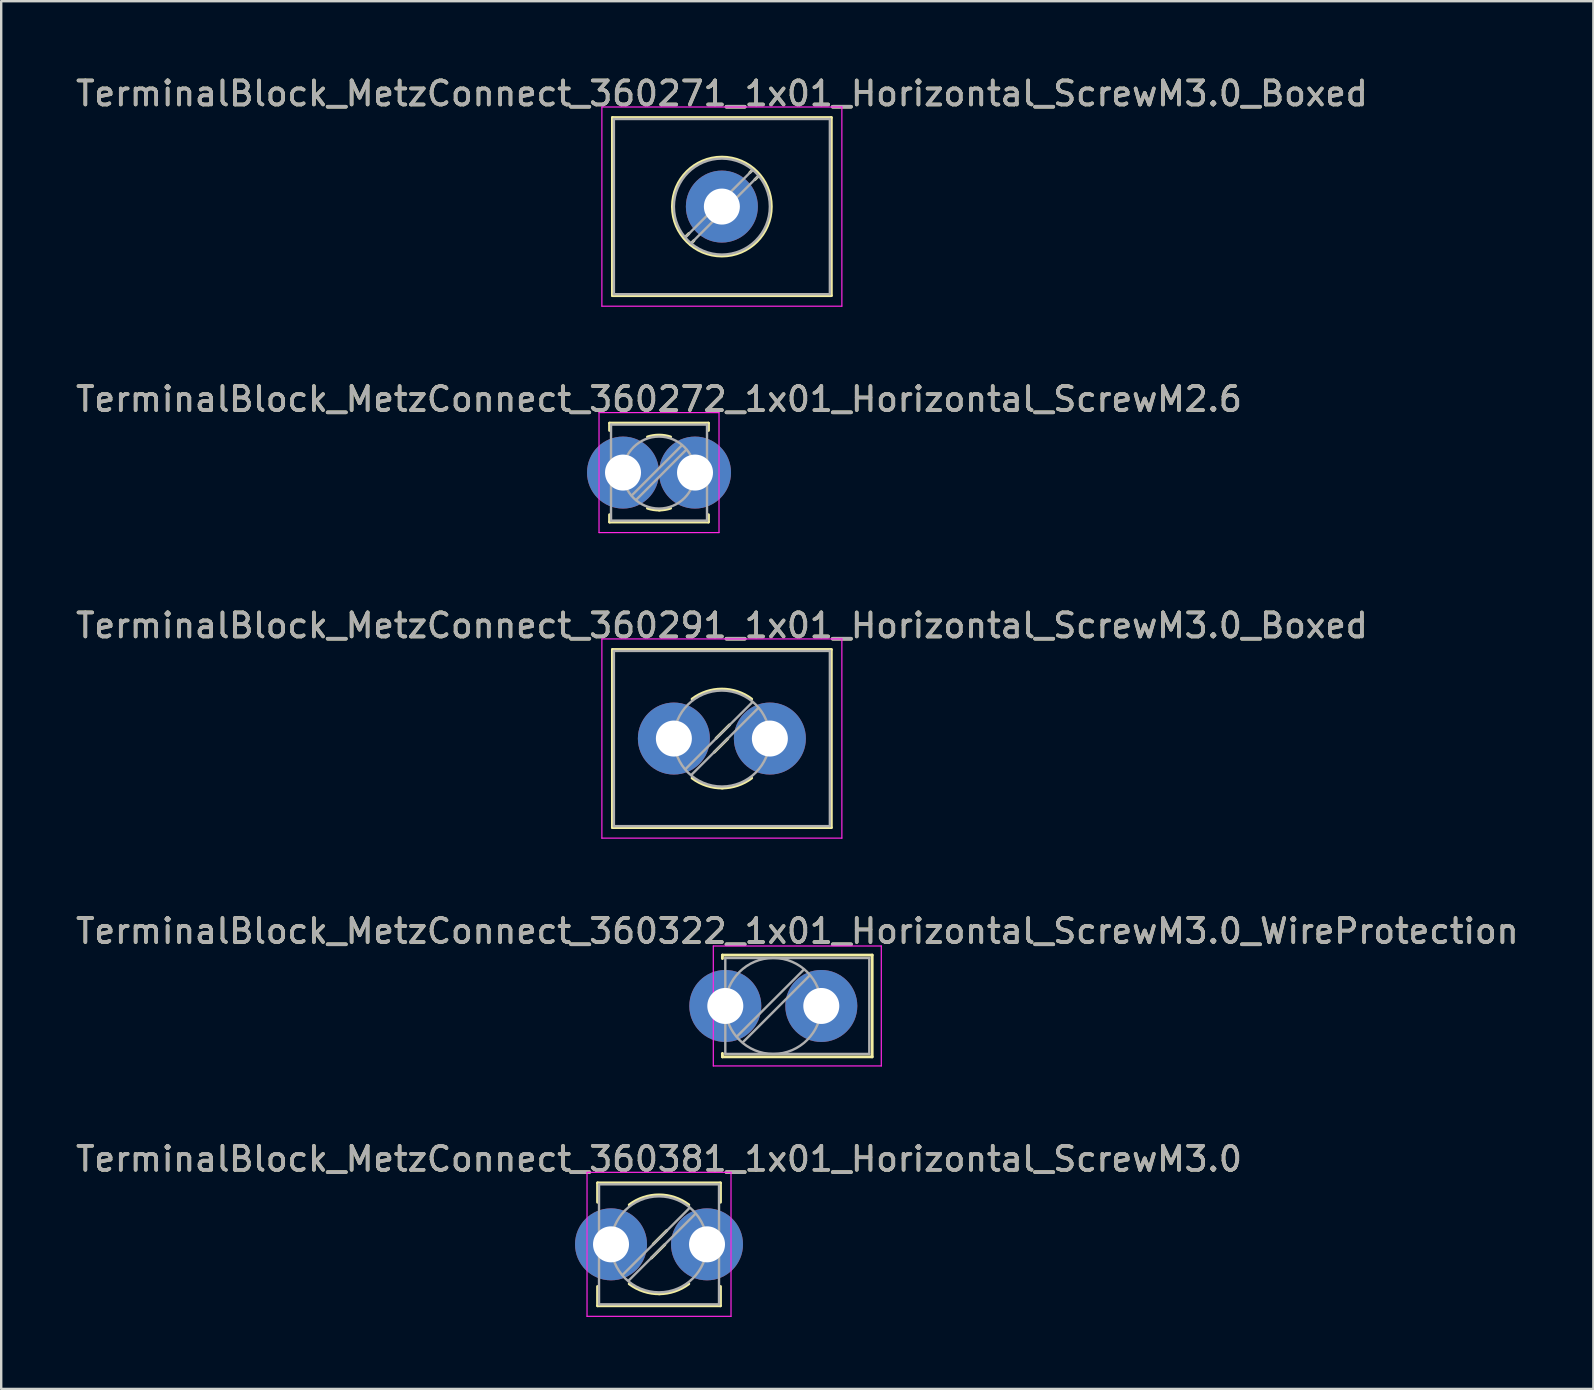
<source format=kicad_pcb>
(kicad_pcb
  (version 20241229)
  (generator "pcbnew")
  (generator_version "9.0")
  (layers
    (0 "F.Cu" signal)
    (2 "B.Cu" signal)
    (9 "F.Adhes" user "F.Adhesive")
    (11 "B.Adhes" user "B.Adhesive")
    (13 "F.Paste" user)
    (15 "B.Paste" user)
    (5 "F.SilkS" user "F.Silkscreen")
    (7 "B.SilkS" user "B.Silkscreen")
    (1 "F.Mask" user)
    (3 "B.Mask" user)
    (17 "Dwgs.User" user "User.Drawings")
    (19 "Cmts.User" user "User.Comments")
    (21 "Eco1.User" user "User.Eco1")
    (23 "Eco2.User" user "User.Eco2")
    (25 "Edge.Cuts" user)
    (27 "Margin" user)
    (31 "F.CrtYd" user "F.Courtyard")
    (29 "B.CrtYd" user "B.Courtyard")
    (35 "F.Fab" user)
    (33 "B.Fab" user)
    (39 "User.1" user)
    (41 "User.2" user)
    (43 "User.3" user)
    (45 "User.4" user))
  (footprint "TerminalBlock_MetzConnect_360322_1x01_Horizontal_ScrewM3.0_WireProtection"
    (layer "F.Cu")
    (at 27.173 38.868)
    (property "Reference" "TerminalBlock_MetzConnect_360322_1x01_Horizontal_ScrewM3.0_WireProtection" (at 3 -3.12 0) (layer "F.SilkS") (effects (font (size 1 1) (thickness 0.15))))
    (attr through_hole)
    (fp_line (start -0.12 -2.12) (end -0.12 -1.976) (stroke (width 0.12) (type solid)) (layer "F.SilkS"))
    (fp_line (start -0.12 -2.12) (end 6.12 -2.12) (stroke (width 0.12) (type solid)) (layer "F.SilkS"))
    (fp_line (start -0.12 1.976) (end -0.12 2.12) (stroke (width 0.12) (type solid)) (layer "F.SilkS"))
    (fp_line (start -0.12 2.12) (end 6.12 2.12) (stroke (width 0.12) (type solid)) (layer "F.SilkS"))
    (fp_line (start 6.12 -2.12) (end 6.12 2.12) (stroke (width 0.12) (type solid)) (layer "F.SilkS"))
    (fp_line (start -0.5 -2.5) (end -0.5 2.5) (stroke (width 0.05) (type solid)) (layer "F.CrtYd"))
    (fp_line (start -0.5 2.5) (end 6.5 2.5) (stroke (width 0.05) (type solid)) (layer "F.CrtYd"))
    (fp_line (start 6.5 -2.5) (end -0.5 -2.5) (stroke (width 0.05) (type solid)) (layer "F.CrtYd"))
    (fp_line (start 6.5 2.5) (end 6.5 -2.5) (stroke (width 0.05) (type solid)) (layer "F.CrtYd"))
    (fp_line (start 0 -2) (end 0 2) (stroke (width 0.1) (type solid)) (layer "F.Fab"))
    (fp_line (start 0 -2) (end 6 -2) (stroke (width 0.1) (type solid)) (layer "F.Fab"))
    (fp_line (start 0 2) (end 6 2) (stroke (width 0.1) (type solid)) (layer "F.Fab"))
    (fp_line (start 3.273 -1.517) (end 0.483 1.272) (stroke (width 0.1) (type solid)) (layer "F.Fab"))
    (fp_line (start 3.517 -1.273) (end 0.727 1.517) (stroke (width 0.1) (type solid)) (layer "F.Fab"))
    (fp_line (start 6 -2) (end 6 2) (stroke (width 0.1) (type solid)) (layer "F.Fab"))
    (fp_circle (center 2 0) (end 4 0) (stroke (width 0.1) (type solid)) (fill no) (layer "F.Fab"))
    (fp_text user "${REFERENCE}" (at 3 -3.12 0) (layer "F.Fab") (effects (font (size 1 1) (thickness 0.15))))
    (pad "1" thru_hole circle (at 0 0) (size 3 3) (drill 1.5) (layers "*.Cu" "*.Mask"))
    (pad "1" thru_hole circle (at 4 0) (size 3 3) (drill 1.5) (layers "*.Cu" "*.Mask")))
  (footprint "TerminalBlock_MetzConnect_360272_1x01_Horizontal_ScrewM2.6"
    (layer "F.Cu")
    (at 22.911 16.642)
    (property "Reference" "TerminalBlock_MetzConnect_360272_1x01_Horizontal_ScrewM2.6" (at 1.5 -3.06 0) (layer "F.SilkS") (effects (font (size 1 1) (thickness 0.15))))
    (attr through_hole)
    (fp_line (start -0.56 -2.06) (end -0.56 -1.755) (stroke (width 0.12) (type solid)) (layer "F.SilkS"))
    (fp_line (start -0.56 -2.06) (end 3.56 -2.06) (stroke (width 0.12) (type solid)) (layer "F.SilkS"))
    (fp_line (start -0.56 1.755) (end -0.56 2.06) (stroke (width 0.12) (type solid)) (layer "F.SilkS"))
    (fp_line (start -0.56 2.06) (end 3.56 2.06) (stroke (width 0.12) (type solid)) (layer "F.SilkS"))
    (fp_line (start 3.56 -2.06) (end 3.56 -1.755) (stroke (width 0.12) (type solid)) (layer "F.SilkS"))
    (fp_line (start 3.56 1.755) (end 3.56 2.06) (stroke (width 0.12) (type solid)) (layer "F.SilkS"))
    (fp_arc (start 1.018482 -1.484481) (mid 1.500779 -1.560623) (end 1.983 -1.484) (stroke (width 0.12) (type solid)) (layer "F.SilkS"))
    (fp_arc (start 1.526458 1.560399) (mid 1.268555 1.543366) (end 1.017 1.484) (stroke (width 0.12) (type solid)) (layer "F.SilkS"))
    (fp_arc (start 1.982067 1.483648) (mid 1.744038 1.540794) (end 1.5 1.56) (stroke (width 0.12) (type solid)) (layer "F.SilkS"))
    (fp_line (start -1 -2.5) (end -1 2.5) (stroke (width 0.05) (type solid)) (layer "F.CrtYd"))
    (fp_line (start -1 2.5) (end 4 2.5) (stroke (width 0.05) (type solid)) (layer "F.CrtYd"))
    (fp_line (start 4 -2.5) (end -1 -2.5) (stroke (width 0.05) (type solid)) (layer "F.CrtYd"))
    (fp_line (start 4 2.5) (end 4 -2.5) (stroke (width 0.05) (type solid)) (layer "F.CrtYd"))
    (fp_line (start -0.5 -2) (end -0.5 2) (stroke (width 0.1) (type solid)) (layer "F.Fab"))
    (fp_line (start -0.5 -2) (end 3.5 -2) (stroke (width 0.1) (type solid)) (layer "F.Fab"))
    (fp_line (start -0.5 2) (end 3.5 2) (stroke (width 0.1) (type solid)) (layer "F.Fab"))
    (fp_line (start 2.455 -1.138) (end 0.362 0.955) (stroke (width 0.1) (type solid)) (layer "F.Fab"))
    (fp_line (start 2.638 -0.955) (end 0.545 1.138) (stroke (width 0.1) (type solid)) (layer "F.Fab"))
    (fp_line (start 3.5 -2) (end 3.5 2) (stroke (width 0.1) (type solid)) (layer "F.Fab"))
    (fp_circle (center 1.5 0) (end 3 0) (stroke (width 0.1) (type solid)) (fill no) (layer "F.Fab"))
    (fp_text user "${REFERENCE}" (at 1.5 -3.06 0) (layer "F.Fab") (effects (font (size 1 1) (thickness 0.15))))
    (pad "1" thru_hole circle (at 0 0) (size 3 3) (drill 1.5) (layers "*.Cu" "*.Mask"))
    (pad "1" thru_hole circle (at 3 0) (size 3 3) (drill 1.5) (layers "*.Cu" "*.Mask")))
  (footprint "TerminalBlock_MetzConnect_360271_1x01_Horizontal_ScrewM3.0_Boxed"
    (layer "F.Cu")
    (at 27.03 5.558)
    (property "Reference" "TerminalBlock_MetzConnect_360271_1x01_Horizontal_ScrewM3.0_Boxed" (at 0 -4.71 0) (layer "F.SilkS") (effects (font (size 1 1) (thickness 0.15))))
    (attr through_hole)
    (fp_line (start -4.56 -3.71) (end -4.56 3.71) (stroke (width 0.12) (type solid)) (layer "F.SilkS"))
    (fp_line (start -4.56 -3.71) (end 4.56 -3.71) (stroke (width 0.12) (type solid)) (layer "F.SilkS"))
    (fp_line (start -4.56 3.71) (end 4.56 3.71) (stroke (width 0.12) (type solid)) (layer "F.SilkS"))
    (fp_line (start -1.376 1.124) (end -1.563 1.311) (stroke (width 0.12) (type solid)) (layer "F.SilkS"))
    (fp_line (start -1.168 1.419) (end -1.312 1.563) (stroke (width 0.12) (type solid)) (layer "F.SilkS"))
    (fp_line (start 1.312 -1.563) (end 1.168 -1.419) (stroke (width 0.12) (type solid)) (layer "F.SilkS"))
    (fp_line (start 1.563 -1.311) (end 1.376 -1.125) (stroke (width 0.12) (type solid)) (layer "F.SilkS"))
    (fp_line (start 4.56 -3.71) (end 4.56 3.71) (stroke (width 0.12) (type solid)) (layer "F.SilkS"))
    (fp_circle (center 0 0) (end 2.06 0) (stroke (width 0.12) (type solid)) (fill no) (layer "F.SilkS"))
    (fp_line (start -5 -4.15) (end -5 4.15) (stroke (width 0.05) (type solid)) (layer "F.CrtYd"))
    (fp_line (start -5 4.15) (end 5 4.15) (stroke (width 0.05) (type solid)) (layer "F.CrtYd"))
    (fp_line (start 5 -4.15) (end -5 -4.15) (stroke (width 0.05) (type solid)) (layer "F.CrtYd"))
    (fp_line (start 5 4.15) (end 5 -4.15) (stroke (width 0.05) (type solid)) (layer "F.CrtYd"))
    (fp_line (start -4.5 -3.65) (end -4.5 3.65) (stroke (width 0.1) (type solid)) (layer "F.Fab"))
    (fp_line (start -4.5 -3.65) (end 4.5 -3.65) (stroke (width 0.1) (type solid)) (layer "F.Fab"))
    (fp_line (start -4.5 3.65) (end 4.5 3.65) (stroke (width 0.1) (type solid)) (layer "F.Fab"))
    (fp_line (start 1.273 -1.517) (end -1.517 1.273) (stroke (width 0.1) (type solid)) (layer "F.Fab"))
    (fp_line (start 1.517 -1.273) (end -1.273 1.517) (stroke (width 0.1) (type solid)) (layer "F.Fab"))
    (fp_line (start 4.5 -3.65) (end 4.5 3.65) (stroke (width 0.1) (type solid)) (layer "F.Fab"))
    (fp_circle (center 0 0) (end 2 0) (stroke (width 0.1) (type solid)) (fill no) (layer "F.Fab"))
    (fp_text user "${REFERENCE}" (at 0 -4.71 0) (layer "F.Fab") (effects (font (size 1 1) (thickness 0.15))))
    (pad "1" thru_hole circle (at 0 0) (size 3 3) (drill 1.5) (layers "*.Cu" "*.Mask")))
  (footprint "TerminalBlock_MetzConnect_360381_1x01_Horizontal_ScrewM3.0"
    (layer "F.Cu")
    (at 22.411 48.801)
    (property "Reference" "TerminalBlock_MetzConnect_360381_1x01_Horizontal_ScrewM3.0" (at 2 -3.56 0) (layer "F.SilkS") (effects (font (size 1 1) (thickness 0.15))))
    (attr through_hole)
    (fp_line (start -0.56 -2.56) (end -0.56 -1.755) (stroke (width 0.12) (type solid)) (layer "F.SilkS"))
    (fp_line (start -0.56 -2.56) (end 4.56 -2.56) (stroke (width 0.12) (type solid)) (layer "F.SilkS"))
    (fp_line (start -0.56 1.755) (end -0.56 2.56) (stroke (width 0.12) (type solid)) (layer "F.SilkS"))
    (fp_line (start -0.56 2.56) (end 4.56 2.56) (stroke (width 0.12) (type solid)) (layer "F.SilkS"))
    (fp_line (start 1.68 0.571) (end 1.68 0.571) (stroke (width 0.12) (type solid)) (layer "F.SilkS"))
    (fp_line (start 2.241 0.011) (end 1.708 0.543) (stroke (width 0.12) (type solid)) (layer "F.SilkS"))
    (fp_line (start 2.291 -0.543) (end 1.759 -0.011) (stroke (width 0.12) (type solid)) (layer "F.SilkS"))
    (fp_line (start 2.32 -0.572) (end 2.32 -0.572) (stroke (width 0.12) (type solid)) (layer "F.SilkS"))
    (fp_line (start 4.56 -2.56) (end 4.56 -1.755) (stroke (width 0.12) (type solid)) (layer "F.SilkS"))
    (fp_line (start 4.56 1.755) (end 4.56 2.56) (stroke (width 0.12) (type solid)) (layer "F.SilkS"))
    (fp_arc (start 0.759554 -1.645664) (mid 1.999721 -2.060805) (end 3.24 -1.646) (stroke (width 0.12) (type solid)) (layer "F.SilkS"))
    (fp_arc (start 2.034842 2.060314) (mid 1.362171 1.959409) (end 0.759 1.645) (stroke (width 0.12) (type solid)) (layer "F.SilkS"))
    (fp_arc (start 3.239739 1.645189) (mid 2.653648 1.953547) (end 2 2.06) (stroke (width 0.12) (type solid)) (layer "F.SilkS"))
    (fp_line (start -1 -3) (end -1 3) (stroke (width 0.05) (type solid)) (layer "F.CrtYd"))
    (fp_line (start -1 3) (end 5 3) (stroke (width 0.05) (type solid)) (layer "F.CrtYd"))
    (fp_line (start 5 -3) (end -1 -3) (stroke (width 0.05) (type solid)) (layer "F.CrtYd"))
    (fp_line (start 5 3) (end 5 -3) (stroke (width 0.05) (type solid)) (layer "F.CrtYd"))
    (fp_line (start -0.5 -2.5) (end -0.5 2.5) (stroke (width 0.1) (type solid)) (layer "F.Fab"))
    (fp_line (start -0.5 -2.5) (end 4.5 -2.5) (stroke (width 0.1) (type solid)) (layer "F.Fab"))
    (fp_line (start -0.5 2.5) (end 4.5 2.5) (stroke (width 0.1) (type solid)) (layer "F.Fab"))
    (fp_line (start 3.273 -1.517) (end 0.483 1.273) (stroke (width 0.1) (type solid)) (layer "F.Fab"))
    (fp_line (start 3.517 -1.273) (end 0.727 1.517) (stroke (width 0.1) (type solid)) (layer "F.Fab"))
    (fp_line (start 4.5 -2.5) (end 4.5 2.5) (stroke (width 0.1) (type solid)) (layer "F.Fab"))
    (fp_circle (center 2 0) (end 4 0) (stroke (width 0.1) (type solid)) (fill no) (layer "F.Fab"))
    (fp_text user "${REFERENCE}" (at 2 -3.56 0) (layer "F.Fab") (effects (font (size 1 1) (thickness 0.15))))
    (pad "1" thru_hole circle (at 0 0) (size 3 3) (drill 1.5) (layers "*.Cu" "*.Mask"))
    (pad "1" thru_hole circle (at 4 0) (size 3 3) (drill 1.5) (layers "*.Cu" "*.Mask")))
  (footprint "TerminalBlock_MetzConnect_360291_1x01_Horizontal_ScrewM3.0_Boxed"
    (layer "F.Cu")
    (at 25.03 27.725)
    (property "Reference" "TerminalBlock_MetzConnect_360291_1x01_Horizontal_ScrewM3.0_Boxed" (at 2 -4.71 0) (layer "F.SilkS") (effects (font (size 1 1) (thickness 0.15))))
    (attr through_hole)
    (fp_line (start -2.56 -3.71) (end -2.56 3.71) (stroke (width 0.12) (type solid)) (layer "F.SilkS"))
    (fp_line (start -2.56 -3.71) (end 6.56 -3.71) (stroke (width 0.12) (type solid)) (layer "F.SilkS"))
    (fp_line (start -2.56 3.71) (end 6.56 3.71) (stroke (width 0.12) (type solid)) (layer "F.SilkS"))
    (fp_line (start 1.68 0.571) (end 1.68 0.571) (stroke (width 0.12) (type solid)) (layer "F.SilkS"))
    (fp_line (start 2.241 0.011) (end 1.708 0.543) (stroke (width 0.12) (type solid)) (layer "F.SilkS"))
    (fp_line (start 2.291 -0.543) (end 1.759 -0.011) (stroke (width 0.12) (type solid)) (layer "F.SilkS"))
    (fp_line (start 2.32 -0.572) (end 2.32 -0.572) (stroke (width 0.12) (type solid)) (layer "F.SilkS"))
    (fp_line (start 6.56 -3.71) (end 6.56 3.71) (stroke (width 0.12) (type solid)) (layer "F.SilkS"))
    (fp_arc (start 0.759554 -1.645664) (mid 1.999721 -2.060805) (end 3.24 -1.646) (stroke (width 0.12) (type solid)) (layer "F.SilkS"))
    (fp_arc (start 2.034842 2.060314) (mid 1.362171 1.959409) (end 0.759 1.645) (stroke (width 0.12) (type solid)) (layer "F.SilkS"))
    (fp_arc (start 3.239739 1.645189) (mid 2.653648 1.953547) (end 2 2.06) (stroke (width 0.12) (type solid)) (layer "F.SilkS"))
    (fp_line (start -3 -4.15) (end -3 4.15) (stroke (width 0.05) (type solid)) (layer "F.CrtYd"))
    (fp_line (start -3 4.15) (end 7 4.15) (stroke (width 0.05) (type solid)) (layer "F.CrtYd"))
    (fp_line (start 7 -4.15) (end -3 -4.15) (stroke (width 0.05) (type solid)) (layer "F.CrtYd"))
    (fp_line (start 7 4.15) (end 7 -4.15) (stroke (width 0.05) (type solid)) (layer "F.CrtYd"))
    (fp_line (start -2.5 -3.65) (end -2.5 3.65) (stroke (width 0.1) (type solid)) (layer "F.Fab"))
    (fp_line (start -2.5 -3.65) (end 6.5 -3.65) (stroke (width 0.1) (type solid)) (layer "F.Fab"))
    (fp_line (start -2.5 3.65) (end 6.5 3.65) (stroke (width 0.1) (type solid)) (layer "F.Fab"))
    (fp_line (start 3.273 -1.517) (end 0.483 1.273) (stroke (width 0.1) (type solid)) (layer "F.Fab"))
    (fp_line (start 3.517 -1.273) (end 0.727 1.517) (stroke (width 0.1) (type solid)) (layer "F.Fab"))
    (fp_line (start 6.5 -3.65) (end 6.5 3.65) (stroke (width 0.1) (type solid)) (layer "F.Fab"))
    (fp_circle (center 2 0) (end 4 0) (stroke (width 0.1) (type solid)) (fill no) (layer "F.Fab"))
    (fp_text user "${REFERENCE}" (at 2 -4.71 0) (layer "F.Fab") (effects (font (size 1 1) (thickness 0.15))))
    (pad "1" thru_hole circle (at 0 0) (size 3 3) (drill 1.5) (layers "*.Cu" "*.Mask"))
    (pad "1" thru_hole circle (at 4 0) (size 3 3) (drill 1.5) (layers "*.Cu" "*.Mask")))
  (gr_rect
    (start -3 -3)
    (end 63.345 54.826)
    (stroke (width 0.1) (type default))
    (fill no)
    (layer "Edge.Cuts")))
</source>
